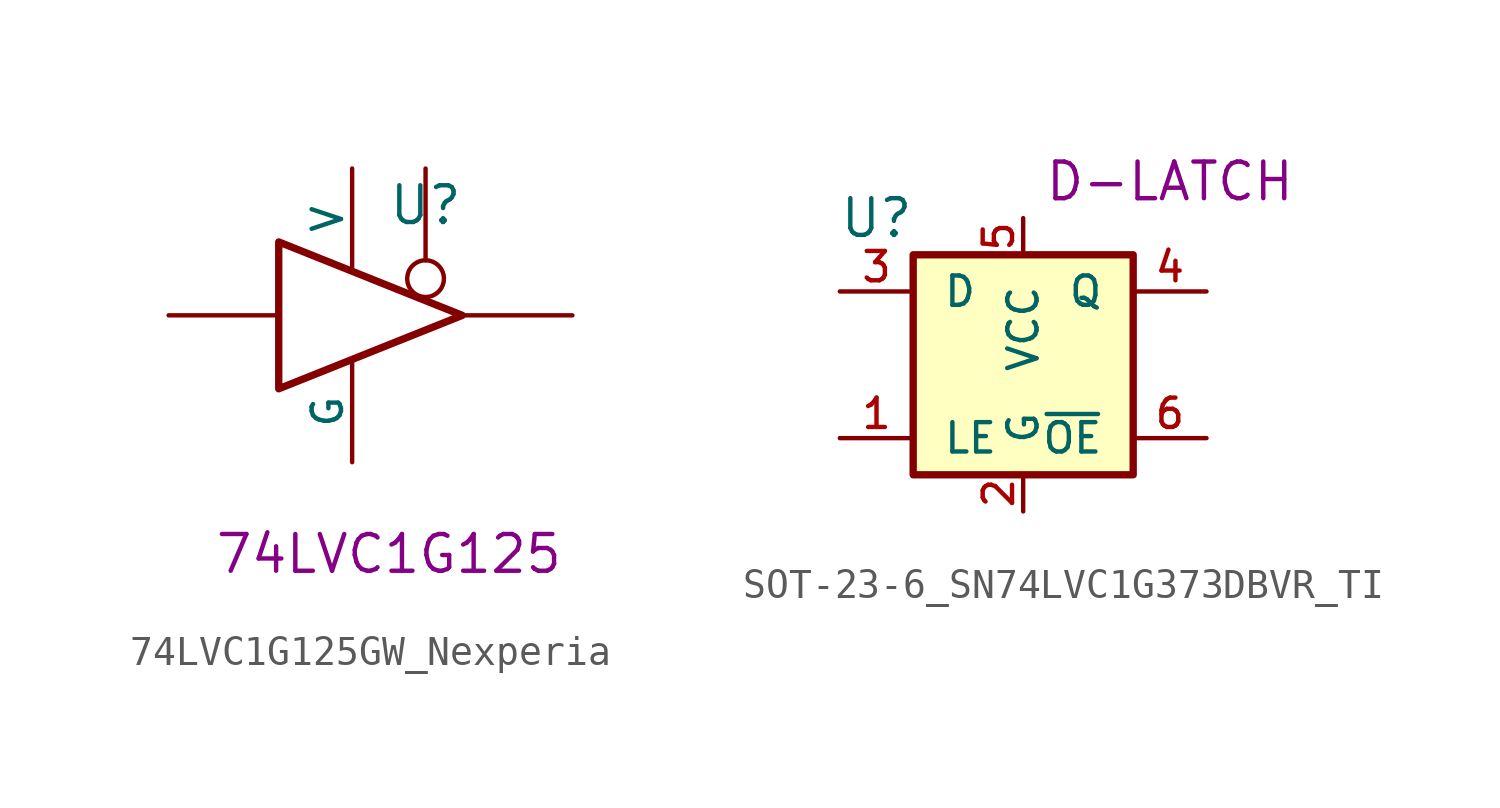
<source format=kicad_sym>
(kicad_symbol_lib
  (version 20211014)
  (generator kicad_symbol_editor)
  (symbol "74LVC1G125GW_Nexperia"
    (pin_numbers hide)
    (pin_names
      (offset 0))
    (property "Reference" "U"
      (at 1.27 3.81 0)
      (effects (font (size 1.27 1.27))))
    (property "UserValue" "74LVC1G125"
      (at 0 -8.255 0)
      (effects (font (size 1.27 1.27))))
    (symbol "74LVC1G125GW_Nexperia_0_1"
      (polyline (pts (xy -3.81 2.54) (xy -3.81 -2.54) (xy 2.54 0) (xy -3.81 2.54)) (stroke (width 0.254) (type default) (color 0 0 0 0)) (fill (type none))))
    (symbol "74LVC1G125GW_Nexperia_1_1"
      (pin input inverted (at 1.27 5.08 270) (length 4.445) (name "~" (effects (font (size 1.016 1.016)))) (number "1" (effects (font (size 1.016 1.016)))))
      (pin input line (at -7.62 0 0) (length 3.81) (name "~" (effects (font (size 1.016 1.016)))) (number "2" (effects (font (size 1.016 1.016)))))
      (pin power_in line (at -1.27 -5.08 90) (length 3.493) (name "G" (effects (font (size 1.016 1.016)))) (number "3" (effects (font (size 1.016 1.016)))))
      (pin tri_state line (at 6.35 0 180) (length 3.81) (name "~" (effects (font (size 1.016 1.016)))) (number "4" (effects (font (size 1.016 1.016)))))
      (pin power_in line (at -1.27 5.08 270) (length 3.493) (name "V" (effects (font (size 1.016 1.016)))) (number "5" (effects (font (size 1.016 1.016)))))))
  (symbol "SOT-23-6_SN74LVC1G373DBVR_TI"
    (pin_names
      (offset 1.016))
    (property "Reference" "U"
      (at -5.08 5.08 0)
      (effects (font (size 1.27 1.27))))
    (property "UserValue" "D-LATCH"
      (at 5.08 6.35 0)
      (effects (font (size 1.27 1.27))))
    (symbol "SOT-23-6_SN74LVC1G373DBVR_TI_0_1"
      (rectangle (start -3.81 3.81) (end 3.81 -3.81) (stroke (width 0.254) (type default) (color 0 0 0 0)) (fill (type background))))
    (symbol "SOT-23-6_SN74LVC1G373DBVR_TI_1_1"
      (pin input line (at -6.35 -2.54 0) (length 2.54) (name "LE" (effects (font (size 1.016 1.016)))) (number "1" (effects (font (size 1.016 1.016)))))
      (pin power_in line (at 0 -5.08 90) (length 1.27) (name "G" (effects (font (size 1.016 1.016)))) (number "2" (effects (font (size 1.016 1.016)))))
      (pin input line (at -6.35 2.54 0) (length 2.54) (name "D" (effects (font (size 1.016 1.016)))) (number "3" (effects (font (size 1.016 1.016)))))
      (pin tri_state line (at 6.35 2.54 180) (length 2.54) (name "Q" (effects (font (size 1.016 1.016)))) (number "4" (effects (font (size 1.016 1.016)))))
      (pin power_in line (at 0 5.08 270) (length 1.27) (name "VCC" (effects (font (size 1.016 1.016)))) (number "5" (effects (font (size 1.016 1.016)))))
      (pin input line (at 6.35 -2.54 180) (length 2.54) (name "~{OE}" (effects (font (size 1.016 1.016)))) (number "6" (effects (font (size 1.016 1.016))))))))
</source>
